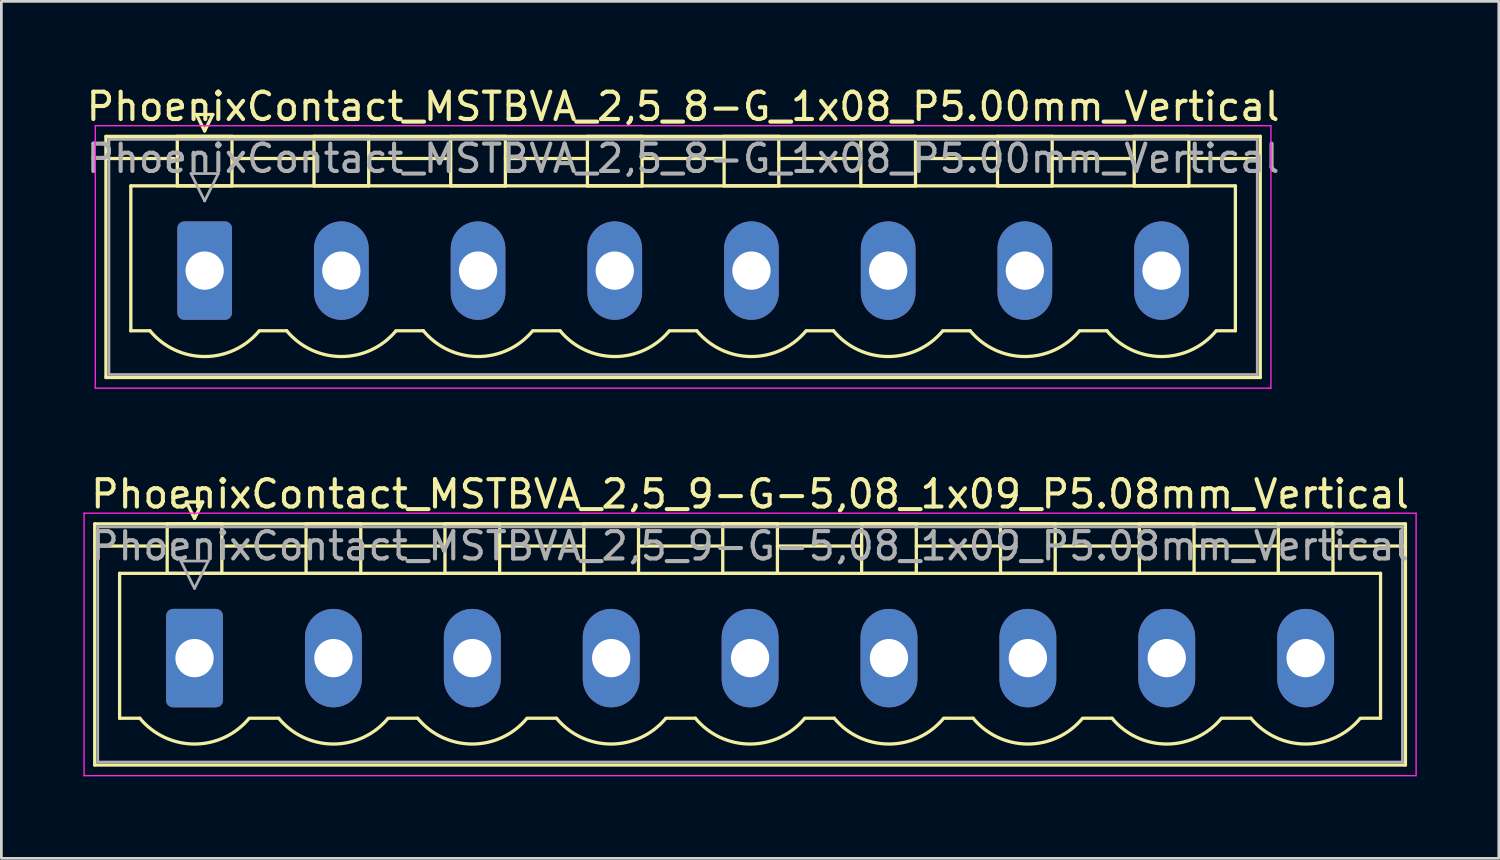
<source format=kicad_pcb>
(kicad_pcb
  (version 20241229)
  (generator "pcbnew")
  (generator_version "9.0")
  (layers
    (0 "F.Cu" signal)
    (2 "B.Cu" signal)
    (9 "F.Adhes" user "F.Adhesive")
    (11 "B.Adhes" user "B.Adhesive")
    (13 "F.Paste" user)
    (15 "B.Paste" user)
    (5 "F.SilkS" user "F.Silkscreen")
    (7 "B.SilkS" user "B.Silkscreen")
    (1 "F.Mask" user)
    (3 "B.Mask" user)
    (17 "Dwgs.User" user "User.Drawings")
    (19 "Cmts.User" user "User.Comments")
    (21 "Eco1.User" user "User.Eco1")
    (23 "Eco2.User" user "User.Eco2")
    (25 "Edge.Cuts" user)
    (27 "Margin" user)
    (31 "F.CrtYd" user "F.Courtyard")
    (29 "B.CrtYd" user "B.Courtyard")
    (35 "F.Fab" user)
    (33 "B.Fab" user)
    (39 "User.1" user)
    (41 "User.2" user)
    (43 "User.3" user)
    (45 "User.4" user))
  (footprint "PhoenixContact_MSTBVA_2,5_9-G-5,08_1x09_P5.08mm_Vertical"
    (layer "F.Cu")
    (at 4.065 21.021)
    (property "Reference" "PhoenixContact_MSTBVA_2,5_9-G-5,08_1x09_P5.08mm_Vertical" (at 20.32 -6 0) (layer "F.SilkS") (effects (font (size 1 1) (thickness 0.15))))
    (attr through_hole)
    (fp_line (start -3.65 -4.91) (end -3.65 3.91) (stroke (width 0.12) (type solid)) (layer "F.SilkS"))
    (fp_line (start -3.65 -4.1) (end -1.11 -4.1) (stroke (width 0.12) (type solid)) (layer "F.SilkS"))
    (fp_line (start -3.65 3.91) (end 44.29 3.91) (stroke (width 0.12) (type solid)) (layer "F.SilkS"))
    (fp_line (start -2.74 -3.1) (end 43.38 -3.1) (stroke (width 0.12) (type solid)) (layer "F.SilkS"))
    (fp_line (start -2.74 2.2) (end -2.74 -3.1) (stroke (width 0.12) (type solid)) (layer "F.SilkS"))
    (fp_line (start -2 2.2) (end -2.74 2.2) (stroke (width 0.12) (type solid)) (layer "F.SilkS"))
    (fp_line (start -1 -4.91) (end 1 -4.91) (stroke (width 0.12) (type solid)) (layer "F.SilkS"))
    (fp_line (start -1 -3.1) (end -1 -4.91) (stroke (width 0.12) (type solid)) (layer "F.SilkS"))
    (fp_line (start -0.3 -5.71) (end 0.3 -5.71) (stroke (width 0.12) (type solid)) (layer "F.SilkS"))
    (fp_line (start 0 -5.11) (end -0.3 -5.71) (stroke (width 0.12) (type solid)) (layer "F.SilkS"))
    (fp_line (start 0.3 -5.71) (end 0 -5.11) (stroke (width 0.12) (type solid)) (layer "F.SilkS"))
    (fp_line (start 1 -4.91) (end 1 -3.1) (stroke (width 0.12) (type solid)) (layer "F.SilkS"))
    (fp_line (start 1 -4.1) (end 4.08 -4.1) (stroke (width 0.12) (type solid)) (layer "F.SilkS"))
    (fp_line (start 1 -3.1) (end -1 -3.1) (stroke (width 0.12) (type solid)) (layer "F.SilkS"))
    (fp_line (start 2 2.2) (end 3.08 2.2) (stroke (width 0.12) (type solid)) (layer "F.SilkS"))
    (fp_line (start 4.08 -4.91) (end 6.08 -4.91) (stroke (width 0.12) (type solid)) (layer "F.SilkS"))
    (fp_line (start 4.08 -3.1) (end 4.08 -4.91) (stroke (width 0.12) (type solid)) (layer "F.SilkS"))
    (fp_line (start 6.08 -4.91) (end 6.08 -3.1) (stroke (width 0.12) (type solid)) (layer "F.SilkS"))
    (fp_line (start 6.08 -4.1) (end 9.16 -4.1) (stroke (width 0.12) (type solid)) (layer "F.SilkS"))
    (fp_line (start 6.08 -3.1) (end 4.08 -3.1) (stroke (width 0.12) (type solid)) (layer "F.SilkS"))
    (fp_line (start 7.08 2.2) (end 8.16 2.2) (stroke (width 0.12) (type solid)) (layer "F.SilkS"))
    (fp_line (start 9.16 -4.91) (end 11.16 -4.91) (stroke (width 0.12) (type solid)) (layer "F.SilkS"))
    (fp_line (start 9.16 -3.1) (end 9.16 -4.91) (stroke (width 0.12) (type solid)) (layer "F.SilkS"))
    (fp_line (start 11.16 -4.91) (end 11.16 -3.1) (stroke (width 0.12) (type solid)) (layer "F.SilkS"))
    (fp_line (start 11.16 -4.1) (end 14.24 -4.1) (stroke (width 0.12) (type solid)) (layer "F.SilkS"))
    (fp_line (start 11.16 -3.1) (end 9.16 -3.1) (stroke (width 0.12) (type solid)) (layer "F.SilkS"))
    (fp_line (start 12.16 2.2) (end 13.24 2.2) (stroke (width 0.12) (type solid)) (layer "F.SilkS"))
    (fp_line (start 14.24 -4.91) (end 16.24 -4.91) (stroke (width 0.12) (type solid)) (layer "F.SilkS"))
    (fp_line (start 14.24 -3.1) (end 14.24 -4.91) (stroke (width 0.12) (type solid)) (layer "F.SilkS"))
    (fp_line (start 16.24 -4.91) (end 16.24 -3.1) (stroke (width 0.12) (type solid)) (layer "F.SilkS"))
    (fp_line (start 16.24 -4.1) (end 19.32 -4.1) (stroke (width 0.12) (type solid)) (layer "F.SilkS"))
    (fp_line (start 16.24 -3.1) (end 14.24 -3.1) (stroke (width 0.12) (type solid)) (layer "F.SilkS"))
    (fp_line (start 17.24 2.2) (end 18.32 2.2) (stroke (width 0.12) (type solid)) (layer "F.SilkS"))
    (fp_line (start 19.32 -4.91) (end 21.32 -4.91) (stroke (width 0.12) (type solid)) (layer "F.SilkS"))
    (fp_line (start 19.32 -3.1) (end 19.32 -4.91) (stroke (width 0.12) (type solid)) (layer "F.SilkS"))
    (fp_line (start 21.32 -4.91) (end 21.32 -3.1) (stroke (width 0.12) (type solid)) (layer "F.SilkS"))
    (fp_line (start 21.32 -4.1) (end 24.4 -4.1) (stroke (width 0.12) (type solid)) (layer "F.SilkS"))
    (fp_line (start 21.32 -3.1) (end 19.32 -3.1) (stroke (width 0.12) (type solid)) (layer "F.SilkS"))
    (fp_line (start 22.32 2.2) (end 23.4 2.2) (stroke (width 0.12) (type solid)) (layer "F.SilkS"))
    (fp_line (start 24.4 -4.91) (end 26.4 -4.91) (stroke (width 0.12) (type solid)) (layer "F.SilkS"))
    (fp_line (start 24.4 -3.1) (end 24.4 -4.91) (stroke (width 0.12) (type solid)) (layer "F.SilkS"))
    (fp_line (start 26.4 -4.91) (end 26.4 -3.1) (stroke (width 0.12) (type solid)) (layer "F.SilkS"))
    (fp_line (start 26.4 -4.1) (end 29.48 -4.1) (stroke (width 0.12) (type solid)) (layer "F.SilkS"))
    (fp_line (start 26.4 -3.1) (end 24.4 -3.1) (stroke (width 0.12) (type solid)) (layer "F.SilkS"))
    (fp_line (start 27.4 2.2) (end 28.48 2.2) (stroke (width 0.12) (type solid)) (layer "F.SilkS"))
    (fp_line (start 29.48 -4.91) (end 31.48 -4.91) (stroke (width 0.12) (type solid)) (layer "F.SilkS"))
    (fp_line (start 29.48 -3.1) (end 29.48 -4.91) (stroke (width 0.12) (type solid)) (layer "F.SilkS"))
    (fp_line (start 31.48 -4.91) (end 31.48 -3.1) (stroke (width 0.12) (type solid)) (layer "F.SilkS"))
    (fp_line (start 31.48 -4.1) (end 34.56 -4.1) (stroke (width 0.12) (type solid)) (layer "F.SilkS"))
    (fp_line (start 31.48 -3.1) (end 29.48 -3.1) (stroke (width 0.12) (type solid)) (layer "F.SilkS"))
    (fp_line (start 32.48 2.2) (end 33.56 2.2) (stroke (width 0.12) (type solid)) (layer "F.SilkS"))
    (fp_line (start 34.56 -4.91) (end 36.56 -4.91) (stroke (width 0.12) (type solid)) (layer "F.SilkS"))
    (fp_line (start 34.56 -3.1) (end 34.56 -4.91) (stroke (width 0.12) (type solid)) (layer "F.SilkS"))
    (fp_line (start 36.56 -4.91) (end 36.56 -3.1) (stroke (width 0.12) (type solid)) (layer "F.SilkS"))
    (fp_line (start 36.56 -4.1) (end 39.64 -4.1) (stroke (width 0.12) (type solid)) (layer "F.SilkS"))
    (fp_line (start 36.56 -3.1) (end 34.56 -3.1) (stroke (width 0.12) (type solid)) (layer "F.SilkS"))
    (fp_line (start 37.56 2.2) (end 38.64 2.2) (stroke (width 0.12) (type solid)) (layer "F.SilkS"))
    (fp_line (start 39.64 -4.91) (end 41.64 -4.91) (stroke (width 0.12) (type solid)) (layer "F.SilkS"))
    (fp_line (start 39.64 -3.1) (end 39.64 -4.91) (stroke (width 0.12) (type solid)) (layer "F.SilkS"))
    (fp_line (start 41.64 -4.91) (end 41.64 -3.1) (stroke (width 0.12) (type solid)) (layer "F.SilkS"))
    (fp_line (start 41.64 -3.1) (end 39.64 -3.1) (stroke (width 0.12) (type solid)) (layer "F.SilkS"))
    (fp_line (start 43.38 -3.1) (end 43.38 2.2) (stroke (width 0.12) (type solid)) (layer "F.SilkS"))
    (fp_line (start 43.38 2.2) (end 42.64 2.2) (stroke (width 0.12) (type solid)) (layer "F.SilkS"))
    (fp_line (start 44.29 -4.91) (end -3.65 -4.91) (stroke (width 0.12) (type solid)) (layer "F.SilkS"))
    (fp_line (start 44.29 -4.1) (end 41.75 -4.1) (stroke (width 0.12) (type solid)) (layer "F.SilkS"))
    (fp_line (start 44.29 3.91) (end 44.29 -4.91) (stroke (width 0.12) (type solid)) (layer "F.SilkS"))
    (fp_arc (start 1.986842 2.215821) (mid -0.010289 3.142758) (end -2 2.2) (stroke (width 0.12) (type solid)) (layer "F.SilkS"))
    (fp_arc (start 7.066842 2.215821) (mid 5.069711 3.142758) (end 3.08 2.2) (stroke (width 0.12) (type solid)) (layer "F.SilkS"))
    (fp_arc (start 12.146842 2.215821) (mid 10.149711 3.142758) (end 8.16 2.2) (stroke (width 0.12) (type solid)) (layer "F.SilkS"))
    (fp_arc (start 17.226842 2.215821) (mid 15.229711 3.142758) (end 13.24 2.2) (stroke (width 0.12) (type solid)) (layer "F.SilkS"))
    (fp_arc (start 22.306842 2.215821) (mid 20.309711 3.142758) (end 18.32 2.2) (stroke (width 0.12) (type solid)) (layer "F.SilkS"))
    (fp_arc (start 27.386842 2.215821) (mid 25.389711 3.142758) (end 23.4 2.2) (stroke (width 0.12) (type solid)) (layer "F.SilkS"))
    (fp_arc (start 32.466842 2.215821) (mid 30.469711 3.142758) (end 28.48 2.2) (stroke (width 0.12) (type solid)) (layer "F.SilkS"))
    (fp_arc (start 37.546842 2.215821) (mid 35.549711 3.142758) (end 33.56 2.2) (stroke (width 0.12) (type solid)) (layer "F.SilkS"))
    (fp_arc (start 42.626842 2.215821) (mid 40.629711 3.142758) (end 38.64 2.2) (stroke (width 0.12) (type solid)) (layer "F.SilkS"))
    (fp_line (start -4.04 -5.3) (end -4.04 4.3) (stroke (width 0.05) (type solid)) (layer "F.CrtYd"))
    (fp_line (start -4.04 4.3) (end 44.68 4.3) (stroke (width 0.05) (type solid)) (layer "F.CrtYd"))
    (fp_line (start 44.68 -5.3) (end -4.04 -5.3) (stroke (width 0.05) (type solid)) (layer "F.CrtYd"))
    (fp_line (start 44.68 4.3) (end 44.68 -5.3) (stroke (width 0.05) (type solid)) (layer "F.CrtYd"))
    (fp_line (start -3.54 -4.8) (end -3.54 3.8) (stroke (width 0.1) (type solid)) (layer "F.Fab"))
    (fp_line (start -3.54 3.8) (end 44.18 3.8) (stroke (width 0.1) (type solid)) (layer "F.Fab"))
    (fp_line (start -0.5 -3.55) (end 0.5 -3.55) (stroke (width 0.1) (type solid)) (layer "F.Fab"))
    (fp_line (start 0 -2.55) (end -0.5 -3.55) (stroke (width 0.1) (type solid)) (layer "F.Fab"))
    (fp_line (start 0.5 -3.55) (end 0 -2.55) (stroke (width 0.1) (type solid)) (layer "F.Fab"))
    (fp_line (start 44.18 -4.8) (end -3.54 -4.8) (stroke (width 0.1) (type solid)) (layer "F.Fab"))
    (fp_line (start 44.18 3.8) (end 44.18 -4.8) (stroke (width 0.1) (type solid)) (layer "F.Fab"))
    (fp_text user "${REFERENCE}" (at 20.32 -4.1 0) (layer "F.Fab") (effects (font (size 1 1) (thickness 0.15))))
    (pad "1" thru_hole roundrect (at 0 0) (size 2.08 3.6) (drill 1.4) (layers "*.Cu" "*.Mask") (roundrect_rratio 0.12))
    (pad "2" thru_hole oval (at 5.08 0) (size 2.08 3.6) (drill 1.4) (layers "*.Cu" "*.Mask"))
    (pad "3" thru_hole oval (at 10.16 0) (size 2.08 3.6) (drill 1.4) (layers "*.Cu" "*.Mask"))
    (pad "4" thru_hole oval (at 15.24 0) (size 2.08 3.6) (drill 1.4) (layers "*.Cu" "*.Mask"))
    (pad "5" thru_hole oval (at 20.32 0) (size 2.08 3.6) (drill 1.4) (layers "*.Cu" "*.Mask"))
    (pad "6" thru_hole oval (at 25.4 0) (size 2.08 3.6) (drill 1.4) (layers "*.Cu" "*.Mask"))
    (pad "7" thru_hole oval (at 30.48 0) (size 2.08 3.6) (drill 1.4) (layers "*.Cu" "*.Mask"))
    (pad "8" thru_hole oval (at 35.56 0) (size 2.08 3.6) (drill 1.4) (layers "*.Cu" "*.Mask"))
    (pad "9" thru_hole oval (at 40.64 0) (size 2.08 3.6) (drill 1.4) (layers "*.Cu" "*.Mask")))
  (footprint "PhoenixContact_MSTBVA_2,5_8-G_1x08_P5.00mm_Vertical"
    (layer "F.Cu")
    (at 4.435 6.848)
    (property "Reference" "PhoenixContact_MSTBVA_2,5_8-G_1x08_P5.00mm_Vertical" (at 17.5 -6 0) (layer "F.SilkS") (effects (font (size 1 1) (thickness 0.15))))
    (attr through_hole)
    (fp_line (start -3.61 -4.91) (end -3.61 3.91) (stroke (width 0.12) (type solid)) (layer "F.SilkS"))
    (fp_line (start -3.61 -4.1) (end -1.11 -4.1) (stroke (width 0.12) (type solid)) (layer "F.SilkS"))
    (fp_line (start -3.61 3.91) (end 38.61 3.91) (stroke (width 0.12) (type solid)) (layer "F.SilkS"))
    (fp_line (start -2.7 -3.1) (end 37.7 -3.1) (stroke (width 0.12) (type solid)) (layer "F.SilkS"))
    (fp_line (start -2.7 2.2) (end -2.7 -3.1) (stroke (width 0.12) (type solid)) (layer "F.SilkS"))
    (fp_line (start -2 2.2) (end -2.7 2.2) (stroke (width 0.12) (type solid)) (layer "F.SilkS"))
    (fp_line (start -1 -4.91) (end 1 -4.91) (stroke (width 0.12) (type solid)) (layer "F.SilkS"))
    (fp_line (start -1 -3.1) (end -1 -4.91) (stroke (width 0.12) (type solid)) (layer "F.SilkS"))
    (fp_line (start -0.3 -5.71) (end 0.3 -5.71) (stroke (width 0.12) (type solid)) (layer "F.SilkS"))
    (fp_line (start 0 -5.11) (end -0.3 -5.71) (stroke (width 0.12) (type solid)) (layer "F.SilkS"))
    (fp_line (start 0.3 -5.71) (end 0 -5.11) (stroke (width 0.12) (type solid)) (layer "F.SilkS"))
    (fp_line (start 1 -4.91) (end 1 -3.1) (stroke (width 0.12) (type solid)) (layer "F.SilkS"))
    (fp_line (start 1 -4.1) (end 4 -4.1) (stroke (width 0.12) (type solid)) (layer "F.SilkS"))
    (fp_line (start 1 -3.1) (end -1 -3.1) (stroke (width 0.12) (type solid)) (layer "F.SilkS"))
    (fp_line (start 2 2.2) (end 3 2.2) (stroke (width 0.12) (type solid)) (layer "F.SilkS"))
    (fp_line (start 4 -4.91) (end 6 -4.91) (stroke (width 0.12) (type solid)) (layer "F.SilkS"))
    (fp_line (start 4 -3.1) (end 4 -4.91) (stroke (width 0.12) (type solid)) (layer "F.SilkS"))
    (fp_line (start 6 -4.91) (end 6 -3.1) (stroke (width 0.12) (type solid)) (layer "F.SilkS"))
    (fp_line (start 6 -4.1) (end 9 -4.1) (stroke (width 0.12) (type solid)) (layer "F.SilkS"))
    (fp_line (start 6 -3.1) (end 4 -3.1) (stroke (width 0.12) (type solid)) (layer "F.SilkS"))
    (fp_line (start 7 2.2) (end 8 2.2) (stroke (width 0.12) (type solid)) (layer "F.SilkS"))
    (fp_line (start 9 -4.91) (end 11 -4.91) (stroke (width 0.12) (type solid)) (layer "F.SilkS"))
    (fp_line (start 9 -3.1) (end 9 -4.91) (stroke (width 0.12) (type solid)) (layer "F.SilkS"))
    (fp_line (start 11 -4.91) (end 11 -3.1) (stroke (width 0.12) (type solid)) (layer "F.SilkS"))
    (fp_line (start 11 -4.1) (end 14 -4.1) (stroke (width 0.12) (type solid)) (layer "F.SilkS"))
    (fp_line (start 11 -3.1) (end 9 -3.1) (stroke (width 0.12) (type solid)) (layer "F.SilkS"))
    (fp_line (start 12 2.2) (end 13 2.2) (stroke (width 0.12) (type solid)) (layer "F.SilkS"))
    (fp_line (start 14 -4.91) (end 16 -4.91) (stroke (width 0.12) (type solid)) (layer "F.SilkS"))
    (fp_line (start 14 -3.1) (end 14 -4.91) (stroke (width 0.12) (type solid)) (layer "F.SilkS"))
    (fp_line (start 16 -4.91) (end 16 -3.1) (stroke (width 0.12) (type solid)) (layer "F.SilkS"))
    (fp_line (start 16 -4.1) (end 19 -4.1) (stroke (width 0.12) (type solid)) (layer "F.SilkS"))
    (fp_line (start 16 -3.1) (end 14 -3.1) (stroke (width 0.12) (type solid)) (layer "F.SilkS"))
    (fp_line (start 17 2.2) (end 18 2.2) (stroke (width 0.12) (type solid)) (layer "F.SilkS"))
    (fp_line (start 19 -4.91) (end 21 -4.91) (stroke (width 0.12) (type solid)) (layer "F.SilkS"))
    (fp_line (start 19 -3.1) (end 19 -4.91) (stroke (width 0.12) (type solid)) (layer "F.SilkS"))
    (fp_line (start 21 -4.91) (end 21 -3.1) (stroke (width 0.12) (type solid)) (layer "F.SilkS"))
    (fp_line (start 21 -4.1) (end 24 -4.1) (stroke (width 0.12) (type solid)) (layer "F.SilkS"))
    (fp_line (start 21 -3.1) (end 19 -3.1) (stroke (width 0.12) (type solid)) (layer "F.SilkS"))
    (fp_line (start 22 2.2) (end 23 2.2) (stroke (width 0.12) (type solid)) (layer "F.SilkS"))
    (fp_line (start 24 -4.91) (end 26 -4.91) (stroke (width 0.12) (type solid)) (layer "F.SilkS"))
    (fp_line (start 24 -3.1) (end 24 -4.91) (stroke (width 0.12) (type solid)) (layer "F.SilkS"))
    (fp_line (start 26 -4.91) (end 26 -3.1) (stroke (width 0.12) (type solid)) (layer "F.SilkS"))
    (fp_line (start 26 -4.1) (end 29 -4.1) (stroke (width 0.12) (type solid)) (layer "F.SilkS"))
    (fp_line (start 26 -3.1) (end 24 -3.1) (stroke (width 0.12) (type solid)) (layer "F.SilkS"))
    (fp_line (start 27 2.2) (end 28 2.2) (stroke (width 0.12) (type solid)) (layer "F.SilkS"))
    (fp_line (start 29 -4.91) (end 31 -4.91) (stroke (width 0.12) (type solid)) (layer "F.SilkS"))
    (fp_line (start 29 -3.1) (end 29 -4.91) (stroke (width 0.12) (type solid)) (layer "F.SilkS"))
    (fp_line (start 31 -4.91) (end 31 -3.1) (stroke (width 0.12) (type solid)) (layer "F.SilkS"))
    (fp_line (start 31 -4.1) (end 34 -4.1) (stroke (width 0.12) (type solid)) (layer "F.SilkS"))
    (fp_line (start 31 -3.1) (end 29 -3.1) (stroke (width 0.12) (type solid)) (layer "F.SilkS"))
    (fp_line (start 32 2.2) (end 33 2.2) (stroke (width 0.12) (type solid)) (layer "F.SilkS"))
    (fp_line (start 34 -4.91) (end 36 -4.91) (stroke (width 0.12) (type solid)) (layer "F.SilkS"))
    (fp_line (start 34 -3.1) (end 34 -4.91) (stroke (width 0.12) (type solid)) (layer "F.SilkS"))
    (fp_line (start 36 -4.91) (end 36 -3.1) (stroke (width 0.12) (type solid)) (layer "F.SilkS"))
    (fp_line (start 36 -3.1) (end 34 -3.1) (stroke (width 0.12) (type solid)) (layer "F.SilkS"))
    (fp_line (start 37.7 -3.1) (end 37.7 2.2) (stroke (width 0.12) (type solid)) (layer "F.SilkS"))
    (fp_line (start 37.7 2.2) (end 37 2.2) (stroke (width 0.12) (type solid)) (layer "F.SilkS"))
    (fp_line (start 38.61 -4.91) (end -3.61 -4.91) (stroke (width 0.12) (type solid)) (layer "F.SilkS"))
    (fp_line (start 38.61 -4.1) (end 36.11 -4.1) (stroke (width 0.12) (type solid)) (layer "F.SilkS"))
    (fp_line (start 38.61 3.91) (end 38.61 -4.91) (stroke (width 0.12) (type solid)) (layer "F.SilkS"))
    (fp_arc (start 1.986842 2.215821) (mid -0.010289 3.142758) (end -2 2.2) (stroke (width 0.12) (type solid)) (layer "F.SilkS"))
    (fp_arc (start 6.986842 2.215821) (mid 4.989711 3.142758) (end 3 2.2) (stroke (width 0.12) (type solid)) (layer "F.SilkS"))
    (fp_arc (start 11.986842 2.215821) (mid 9.989711 3.142758) (end 8 2.2) (stroke (width 0.12) (type solid)) (layer "F.SilkS"))
    (fp_arc (start 16.986842 2.215821) (mid 14.989711 3.142758) (end 13 2.2) (stroke (width 0.12) (type solid)) (layer "F.SilkS"))
    (fp_arc (start 21.986842 2.215821) (mid 19.989711 3.142758) (end 18 2.2) (stroke (width 0.12) (type solid)) (layer "F.SilkS"))
    (fp_arc (start 26.986842 2.215821) (mid 24.989711 3.142758) (end 23 2.2) (stroke (width 0.12) (type solid)) (layer "F.SilkS"))
    (fp_arc (start 31.986842 2.215821) (mid 29.989711 3.142758) (end 28 2.2) (stroke (width 0.12) (type solid)) (layer "F.SilkS"))
    (fp_arc (start 36.986842 2.215821) (mid 34.989711 3.142758) (end 33 2.2) (stroke (width 0.12) (type solid)) (layer "F.SilkS"))
    (fp_line (start -4 -5.3) (end -4 4.3) (stroke (width 0.05) (type solid)) (layer "F.CrtYd"))
    (fp_line (start -4 4.3) (end 39 4.3) (stroke (width 0.05) (type solid)) (layer "F.CrtYd"))
    (fp_line (start 39 -5.3) (end -4 -5.3) (stroke (width 0.05) (type solid)) (layer "F.CrtYd"))
    (fp_line (start 39 4.3) (end 39 -5.3) (stroke (width 0.05) (type solid)) (layer "F.CrtYd"))
    (fp_line (start -3.5 -4.8) (end -3.5 3.8) (stroke (width 0.1) (type solid)) (layer "F.Fab"))
    (fp_line (start -3.5 3.8) (end 38.5 3.8) (stroke (width 0.1) (type solid)) (layer "F.Fab"))
    (fp_line (start -0.5 -3.55) (end 0.5 -3.55) (stroke (width 0.1) (type solid)) (layer "F.Fab"))
    (fp_line (start 0 -2.55) (end -0.5 -3.55) (stroke (width 0.1) (type solid)) (layer "F.Fab"))
    (fp_line (start 0.5 -3.55) (end 0 -2.55) (stroke (width 0.1) (type solid)) (layer "F.Fab"))
    (fp_line (start 38.5 -4.8) (end -3.5 -4.8) (stroke (width 0.1) (type solid)) (layer "F.Fab"))
    (fp_line (start 38.5 3.8) (end 38.5 -4.8) (stroke (width 0.1) (type solid)) (layer "F.Fab"))
    (fp_text user "${REFERENCE}" (at 17.5 -4.1 0) (layer "F.Fab") (effects (font (size 1 1) (thickness 0.15))))
    (pad "1" thru_hole roundrect (at 0 0) (size 2 3.6) (drill 1.4) (layers "*.Cu" "*.Mask") (roundrect_rratio 0.125))
    (pad "2" thru_hole oval (at 5 0) (size 2 3.6) (drill 1.4) (layers "*.Cu" "*.Mask"))
    (pad "3" thru_hole oval (at 10 0) (size 2 3.6) (drill 1.4) (layers "*.Cu" "*.Mask"))
    (pad "4" thru_hole oval (at 15 0) (size 2 3.6) (drill 1.4) (layers "*.Cu" "*.Mask"))
    (pad "5" thru_hole oval (at 20 0) (size 2 3.6) (drill 1.4) (layers "*.Cu" "*.Mask"))
    (pad "6" thru_hole oval (at 25 0) (size 2 3.6) (drill 1.4) (layers "*.Cu" "*.Mask"))
    (pad "7" thru_hole oval (at 30 0) (size 2 3.6) (drill 1.4) (layers "*.Cu" "*.Mask"))
    (pad "8" thru_hole oval (at 35 0) (size 2 3.6) (drill 1.4) (layers "*.Cu" "*.Mask")))
  (gr_rect
    (start -3 -3)
    (end 51.77 28.346)
    (stroke (width 0.1) (type default))
    (fill no)
    (layer "Edge.Cuts")))
</source>
